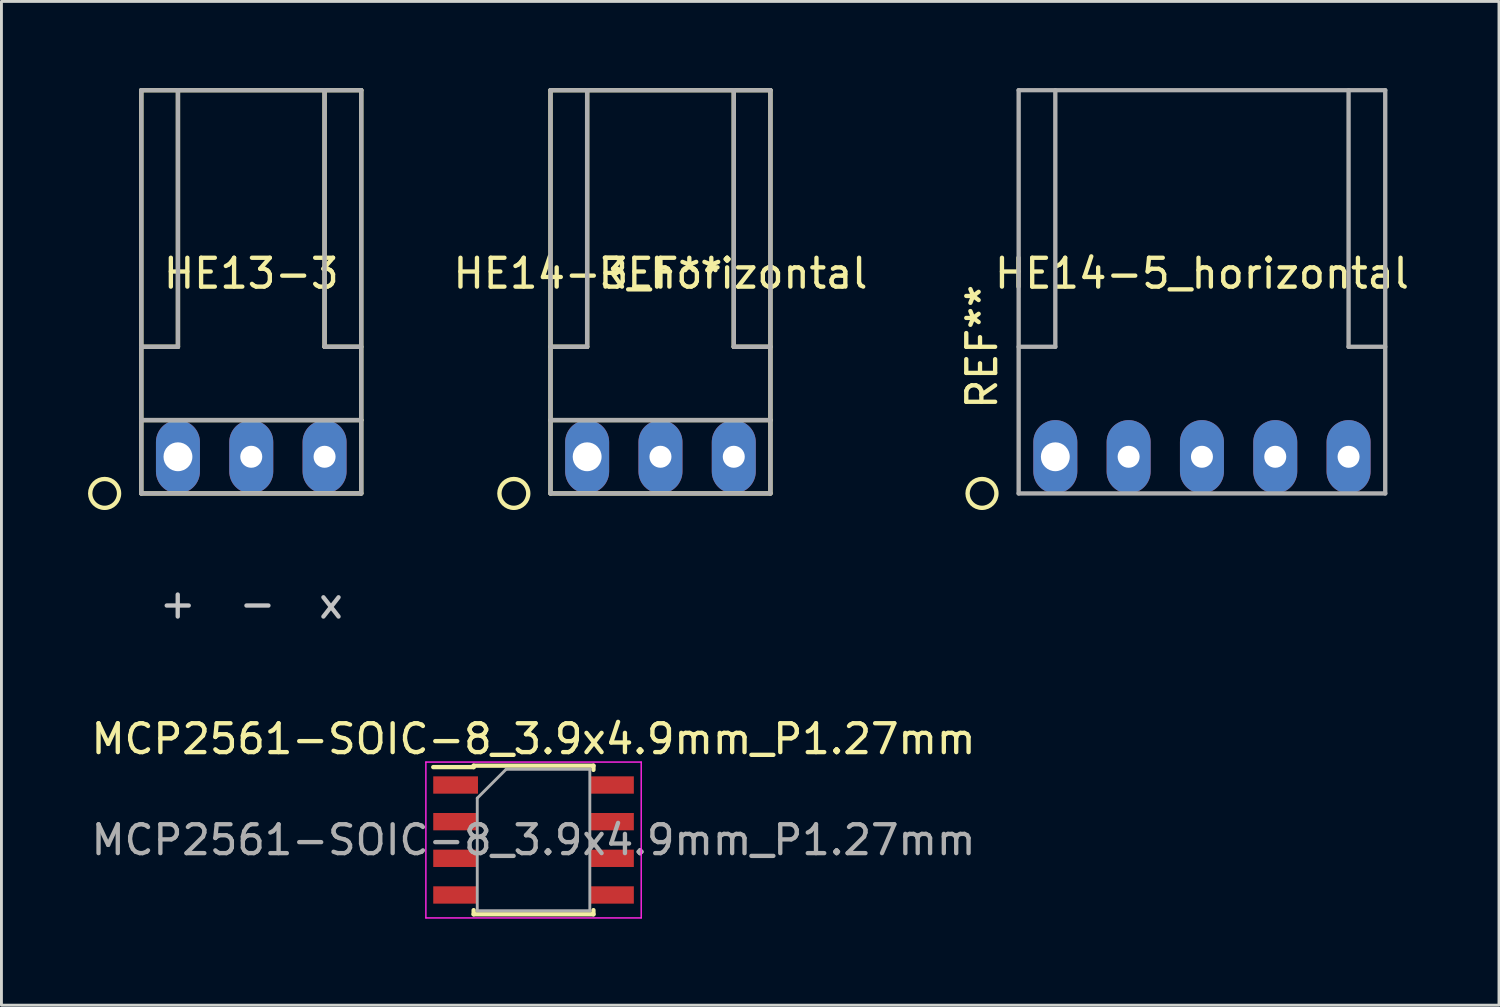
<source format=kicad_pcb>
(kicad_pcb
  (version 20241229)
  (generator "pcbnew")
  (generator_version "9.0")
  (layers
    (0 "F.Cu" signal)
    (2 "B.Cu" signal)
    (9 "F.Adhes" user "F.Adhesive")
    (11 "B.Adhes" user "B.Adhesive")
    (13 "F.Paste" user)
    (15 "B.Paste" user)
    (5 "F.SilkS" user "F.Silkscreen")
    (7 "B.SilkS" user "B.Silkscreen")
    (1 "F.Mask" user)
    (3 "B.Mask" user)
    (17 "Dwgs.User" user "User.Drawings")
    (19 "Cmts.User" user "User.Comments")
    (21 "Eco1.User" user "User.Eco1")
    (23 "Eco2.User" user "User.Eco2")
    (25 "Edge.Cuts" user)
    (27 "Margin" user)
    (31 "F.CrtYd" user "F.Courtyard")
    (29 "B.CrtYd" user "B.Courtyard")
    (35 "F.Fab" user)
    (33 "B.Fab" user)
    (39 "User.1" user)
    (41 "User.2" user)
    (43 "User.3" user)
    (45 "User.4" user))
  (footprint "HE13-3"
    (layer "F.Cu")
    (at 5.655 8.965)
    (property "Reference" "HE13-3" (at 0 -2.54 0) (layer "F.SilkS") (effects (font (size 1 1) (thickness 0.15))))
    (attr through_hole)
    (fp_line (start -3.81 -8.89) (end -3.81 2.54) (stroke (width 0.15) (type solid)) (layer "F.SilkS"))
    (fp_line (start -3.81 0) (end -2.54 0) (stroke (width 0.15) (type solid)) (layer "F.SilkS"))
    (fp_line (start -3.81 2.54) (end 3.81 2.54) (stroke (width 0.15) (type solid)) (layer "F.SilkS"))
    (fp_line (start -3.81 5.08) (end -3.81 2.54) (stroke (width 0.15) (type solid)) (layer "F.SilkS"))
    (fp_line (start -2.54 0) (end -2.54 -8.89) (stroke (width 0.15) (type solid)) (layer "F.SilkS"))
    (fp_line (start 2.54 -8.89) (end 2.54 0) (stroke (width 0.15) (type solid)) (layer "F.SilkS"))
    (fp_line (start 2.54 0) (end 3.81 0) (stroke (width 0.15) (type solid)) (layer "F.SilkS"))
    (fp_line (start 3.81 -8.89) (end -3.81 -8.89) (stroke (width 0.15) (type solid)) (layer "F.SilkS"))
    (fp_line (start 3.81 -8.89) (end 3.81 2.54) (stroke (width 0.15) (type solid)) (layer "F.SilkS"))
    (fp_line (start 3.81 2.54) (end 3.81 5.08) (stroke (width 0.15) (type solid)) (layer "F.SilkS"))
    (fp_line (start 3.81 5.08) (end -3.81 5.08) (stroke (width 0.15) (type solid)) (layer "F.SilkS"))
    (fp_circle (center -5.08 5.08) (end -4.58 5.08) (stroke (width 0.15) (type solid)) (fill no) (layer "F.SilkS"))
    (fp_line (start -3.81 -8.89) (end -3.81 5.08) (stroke (width 0.15) (type solid)) (layer "F.Fab"))
    (fp_line (start -3.81 5.08) (end 3.81 5.08) (stroke (width 0.15) (type solid)) (layer "F.Fab"))
    (fp_line (start -2.54 -8.89) (end -2.54 0) (stroke (width 0.15) (type solid)) (layer "F.Fab"))
    (fp_line (start -2.54 0) (end -3.81 0) (stroke (width 0.15) (type solid)) (layer "F.Fab"))
    (fp_line (start 2.54 -8.89) (end 2.54 0) (stroke (width 0.15) (type solid)) (layer "F.Fab"))
    (fp_line (start 2.54 0) (end 3.81 0) (stroke (width 0.15) (type solid)) (layer "F.Fab"))
    (fp_line (start 3.81 -8.89) (end -3.81 -8.89) (stroke (width 0.15) (type solid)) (layer "F.Fab"))
    (fp_line (start 3.81 2.54) (end -3.81 2.54) (stroke (width 0.15) (type solid)) (layer "F.Fab"))
    (fp_line (start 3.81 5.08) (end 3.81 -8.89) (stroke (width 0.15) (type solid)) (layer "F.Fab"))
    (fp_text user "+  -  x" (at 0 8.89 0) (layer "Dwgs.User") (effects (font (size 1 1) (thickness 0.15))))
    (pad "1" thru_hole oval (at -2.54 3.81) (size 1.524 2.54) (drill 1) (layers "*.Cu" "*.Mask"))
    (pad "2" thru_hole oval (at 0 3.81) (size 1.524 2.54) (drill 0.762) (layers "*.Cu" "*.Mask"))
    (pad "3" thru_hole oval (at 2.54 3.81) (size 1.524 2.54) (drill 0.762) (layers "*.Cu" "*.Mask")))
  (footprint "MCP2561-SOIC-8_3.9x4.9mm_P1.27mm"
    (layer "F.Cu")
    (at 15.435 26.052)
    (property "Reference" "MCP2561-SOIC-8_3.9x4.9mm_P1.27mm" (at 0 -3.5 0) (layer "F.SilkS") (effects (font (size 1 1) (thickness 0.15))))
    (attr smd)
    (fp_line (start -2.075 -2.575) (end -2.075 -2.525) (stroke (width 0.15) (type solid)) (layer "F.SilkS"))
    (fp_line (start -2.075 -2.575) (end 2.075 -2.575) (stroke (width 0.15) (type solid)) (layer "F.SilkS"))
    (fp_line (start -2.075 -2.525) (end -3.475 -2.525) (stroke (width 0.15) (type solid)) (layer "F.SilkS"))
    (fp_line (start -2.075 2.575) (end -2.075 2.43) (stroke (width 0.15) (type solid)) (layer "F.SilkS"))
    (fp_line (start -2.075 2.575) (end 2.075 2.575) (stroke (width 0.15) (type solid)) (layer "F.SilkS"))
    (fp_line (start 2.075 -2.575) (end 2.075 -2.43) (stroke (width 0.15) (type solid)) (layer "F.SilkS"))
    (fp_line (start 2.075 2.575) (end 2.075 2.43) (stroke (width 0.15) (type solid)) (layer "F.SilkS"))
    (fp_line (start -3.73 -2.7) (end -3.73 2.7) (stroke (width 0.05) (type solid)) (layer "F.CrtYd"))
    (fp_line (start -3.73 -2.7) (end 3.73 -2.7) (stroke (width 0.05) (type solid)) (layer "F.CrtYd"))
    (fp_line (start -3.73 2.7) (end 3.73 2.7) (stroke (width 0.05) (type solid)) (layer "F.CrtYd"))
    (fp_line (start 3.73 -2.7) (end 3.73 2.7) (stroke (width 0.05) (type solid)) (layer "F.CrtYd"))
    (fp_line (start -1.95 -1.45) (end -0.95 -2.45) (stroke (width 0.1) (type solid)) (layer "F.Fab"))
    (fp_line (start -1.95 2.45) (end -1.95 -1.45) (stroke (width 0.1) (type solid)) (layer "F.Fab"))
    (fp_line (start -0.95 -2.45) (end 1.95 -2.45) (stroke (width 0.1) (type solid)) (layer "F.Fab"))
    (fp_line (start 1.95 -2.45) (end 1.95 2.45) (stroke (width 0.1) (type solid)) (layer "F.Fab"))
    (fp_line (start 1.95 2.45) (end -1.95 2.45) (stroke (width 0.1) (type solid)) (layer "F.Fab"))
    (fp_text user "${REFERENCE}" (at 0 0 0) (layer "F.Fab") (effects (font (size 1 1) (thickness 0.15))))
    (pad "1" smd rect (at -2.7 -1.905) (size 1.55 0.6) (layers "F.Cu" "F.Mask" "F.Paste"))
    (pad "2" smd rect (at -2.7 -0.635) (size 1.55 0.6) (layers "F.Cu" "F.Mask" "F.Paste"))
    (pad "3" smd rect (at -2.7 0.635) (size 1.55 0.6) (layers "F.Cu" "F.Mask" "F.Paste"))
    (pad "4" smd rect (at -2.7 1.905) (size 1.55 0.6) (layers "F.Cu" "F.Mask" "F.Paste"))
    (pad "5" smd rect (at 2.7 1.905) (size 1.55 0.6) (layers "F.Cu" "F.Mask" "F.Paste"))
    (pad "6" smd rect (at 2.7 0.635) (size 1.55 0.6) (layers "F.Cu" "F.Mask" "F.Paste"))
    (pad "7" smd rect (at 2.7 -0.635) (size 1.55 0.6) (layers "F.Cu" "F.Mask" "F.Paste"))
    (pad "8" smd rect (at 2.7 -1.905) (size 1.55 0.6) (layers "F.Cu" "F.Mask" "F.Paste")))
  (footprint "HE14-5_horizontal"
    (layer "F.Cu")
    (at 36.052 8.965)
    (property "Reference" "HE14-5_horizontal" (at 2.54 -2.54 0) (layer "F.SilkS") (effects (font (size 1 1) (thickness 0.15))))
    (attr through_hole)
    (fp_circle (center -5.08 5.08) (end -4.58 5.08) (stroke (width 0.15) (type solid)) (fill no) (layer "F.SilkS"))
    (fp_line (start -3.81 -8.89) (end -3.81 5.08) (stroke (width 0.15) (type solid)) (layer "F.Fab"))
    (fp_line (start -3.81 -8.89) (end 8.89 -8.89) (stroke (width 0.15) (type solid)) (layer "F.Fab"))
    (fp_line (start -3.81 5.08) (end 8.89 5.08) (stroke (width 0.15) (type solid)) (layer "F.Fab"))
    (fp_line (start -2.54 -8.89) (end -2.54 0) (stroke (width 0.15) (type solid)) (layer "F.Fab"))
    (fp_line (start -2.54 0) (end -3.81 0) (stroke (width 0.15) (type solid)) (layer "F.Fab"))
    (fp_line (start 7.62 -8.89) (end 7.62 0) (stroke (width 0.15) (type solid)) (layer "F.Fab"))
    (fp_line (start 7.62 0) (end 8.89 0) (stroke (width 0.15) (type solid)) (layer "F.Fab"))
    (fp_line (start 8.89 5.08) (end 8.89 -8.89) (stroke (width 0.15) (type solid)) (layer "F.Fab"))
    (fp_text user "REF**" (at -5.08 0 90) (layer "F.SilkS") (effects (font (size 1 1) (thickness 0.15))))
    (pad "1" thru_hole oval (at -2.54 3.81) (size 1.524 2.54) (drill 1) (layers "*.Cu" "*.Mask"))
    (pad "2" thru_hole oval (at 0 3.81) (size 1.524 2.54) (drill 0.762) (layers "*.Cu" "*.Mask"))
    (pad "3" thru_hole oval (at 2.54 3.81) (size 1.524 2.54) (drill 0.762) (layers "*.Cu" "*.Mask"))
    (pad "4" thru_hole oval (at 5.08 3.81) (size 1.524 2.54) (drill 0.762) (layers "*.Cu" "*.Mask"))
    (pad "5" thru_hole oval (at 7.62 3.81) (size 1.524 2.54) (drill 0.762) (layers "*.Cu" "*.Mask")))
  (footprint "HE14-3_horizontal"
    (layer "F.Cu")
    (at 19.832 8.965)
    (property "Reference" "HE14-3_horizontal" (at 0 -2.54 0) (layer "F.SilkS") (effects (font (size 1 1) (thickness 0.15))))
    (attr through_hole)
    (fp_line (start -3.81 -8.89) (end -3.81 2.54) (stroke (width 0.15) (type solid)) (layer "F.SilkS"))
    (fp_line (start -3.81 0) (end -2.54 0) (stroke (width 0.15) (type solid)) (layer "F.SilkS"))
    (fp_line (start -3.81 2.54) (end 3.81 2.54) (stroke (width 0.15) (type solid)) (layer "F.SilkS"))
    (fp_line (start -3.81 5.08) (end -3.81 2.54) (stroke (width 0.15) (type solid)) (layer "F.SilkS"))
    (fp_line (start -2.54 0) (end -2.54 -8.89) (stroke (width 0.15) (type solid)) (layer "F.SilkS"))
    (fp_line (start 2.54 -8.89) (end 2.54 0) (stroke (width 0.15) (type solid)) (layer "F.SilkS"))
    (fp_line (start 2.54 0) (end 3.81 0) (stroke (width 0.15) (type solid)) (layer "F.SilkS"))
    (fp_line (start 3.81 -8.89) (end -3.81 -8.89) (stroke (width 0.15) (type solid)) (layer "F.SilkS"))
    (fp_line (start 3.81 -8.89) (end 3.81 2.54) (stroke (width 0.15) (type solid)) (layer "F.SilkS"))
    (fp_line (start 3.81 2.54) (end 3.81 5.08) (stroke (width 0.15) (type solid)) (layer "F.SilkS"))
    (fp_line (start 3.81 5.08) (end -3.81 5.08) (stroke (width 0.15) (type solid)) (layer "F.SilkS"))
    (fp_circle (center -5.08 5.08) (end -4.58 5.08) (stroke (width 0.15) (type solid)) (fill no) (layer "F.SilkS"))
    (fp_line (start -3.81 -8.89) (end -3.81 5.08) (stroke (width 0.15) (type solid)) (layer "F.Fab"))
    (fp_line (start -3.81 5.08) (end 3.81 5.08) (stroke (width 0.15) (type solid)) (layer "F.Fab"))
    (fp_line (start -2.54 -8.89) (end -2.54 0) (stroke (width 0.15) (type solid)) (layer "F.Fab"))
    (fp_line (start -2.54 0) (end -3.81 0) (stroke (width 0.15) (type solid)) (layer "F.Fab"))
    (fp_line (start 2.54 -8.89) (end 2.54 0) (stroke (width 0.15) (type solid)) (layer "F.Fab"))
    (fp_line (start 2.54 0) (end 3.81 0) (stroke (width 0.15) (type solid)) (layer "F.Fab"))
    (fp_line (start 3.81 -8.89) (end -3.81 -8.89) (stroke (width 0.15) (type solid)) (layer "F.Fab"))
    (fp_line (start 3.81 2.54) (end -3.81 2.54) (stroke (width 0.15) (type solid)) (layer "F.Fab"))
    (fp_line (start 3.81 5.08) (end 3.81 -8.89) (stroke (width 0.15) (type solid)) (layer "F.Fab"))
    (fp_text user "REF**" (at 0 -2.54 180) (layer "F.SilkS") (effects (font (size 1 1) (thickness 0.15))))
    (pad "1" thru_hole oval (at -2.54 3.81) (size 1.524 2.54) (drill 1) (layers "*.Cu" "*.Mask"))
    (pad "2" thru_hole oval (at 0 3.81) (size 1.524 2.54) (drill 0.762) (layers "*.Cu" "*.Mask"))
    (pad "3" thru_hole oval (at 2.54 3.81) (size 1.524 2.54) (drill 0.762) (layers "*.Cu" "*.Mask")))
  (gr_rect
    (start -3 -3)
    (end 48.883 31.776)
    (stroke (width 0.1) (type default))
    (fill no)
    (layer "Edge.Cuts")))
</source>
